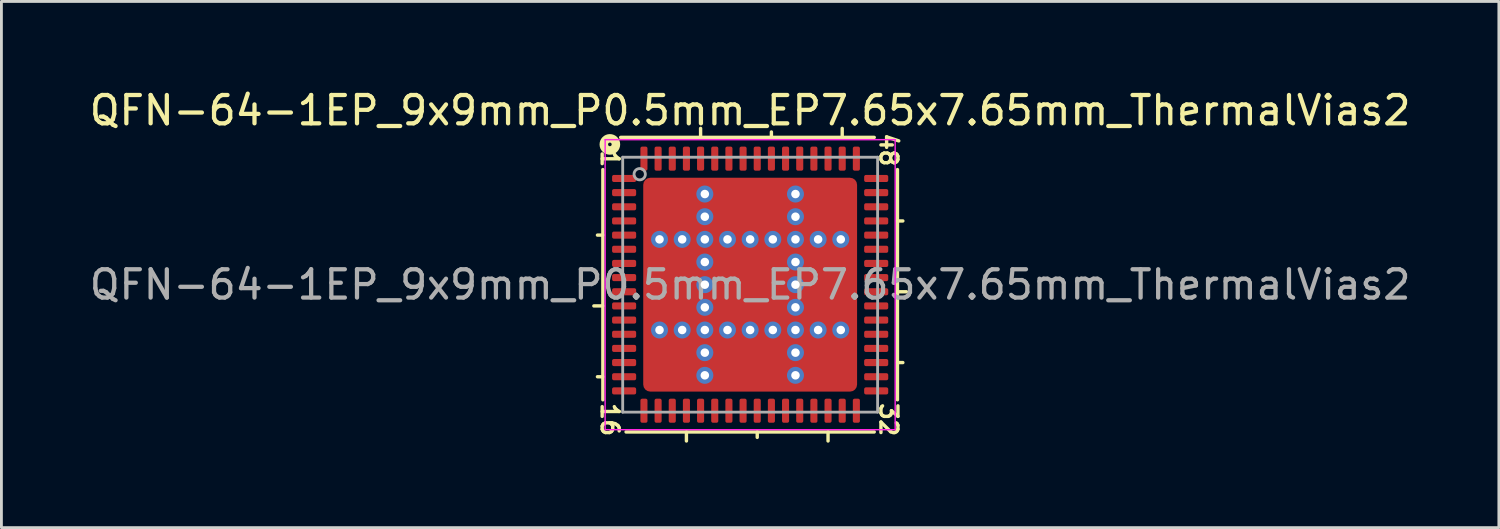
<source format=kicad_pcb>
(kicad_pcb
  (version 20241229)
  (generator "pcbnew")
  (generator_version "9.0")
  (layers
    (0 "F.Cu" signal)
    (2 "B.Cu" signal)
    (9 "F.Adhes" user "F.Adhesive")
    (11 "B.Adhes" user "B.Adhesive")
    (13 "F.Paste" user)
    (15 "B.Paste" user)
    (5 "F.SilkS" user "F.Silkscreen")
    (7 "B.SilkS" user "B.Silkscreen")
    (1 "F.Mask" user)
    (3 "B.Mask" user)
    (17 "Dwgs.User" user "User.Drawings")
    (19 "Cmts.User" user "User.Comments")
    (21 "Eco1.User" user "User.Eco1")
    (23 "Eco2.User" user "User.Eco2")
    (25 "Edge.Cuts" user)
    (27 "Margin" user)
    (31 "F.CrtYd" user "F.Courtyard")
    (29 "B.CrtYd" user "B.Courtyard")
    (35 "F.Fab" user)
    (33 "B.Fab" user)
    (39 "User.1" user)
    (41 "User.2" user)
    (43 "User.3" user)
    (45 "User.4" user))
  (footprint "QFN-64-1EP_9x9mm_P0.5mm_EP7.65x7.65mm_ThermalVias2"
    (layer "F.Cu")
    (at 23.435 7.001)
    (property "Reference" "QFN-64-1EP_9x9mm_P0.5mm_EP7.65x7.65mm_ThermalVias2" (at 0 -6.152 0) (layer "F.SilkS") (effects (font (size 1 1) (thickness 0.15))))
    (attr smd)
    (fp_line (start -5.2 -4.064) (end -5.2 4.064) (stroke (width 0.12) (type solid)) (layer "F.SilkS"))
    (fp_line (start -5.2 -1.75) (end -5.391 -1.75) (stroke (width 0.12) (type solid)) (layer "F.SilkS"))
    (fp_line (start -5.2 0.75) (end -5.518 0.75) (stroke (width 0.12) (type solid)) (layer "F.SilkS"))
    (fp_line (start -5.2 3.25) (end -5.391 3.25) (stroke (width 0.12) (type solid)) (layer "F.SilkS"))
    (fp_line (start -4.381 5.2) (end 4.381 5.2) (stroke (width 0.12) (type solid)) (layer "F.SilkS"))
    (fp_line (start -2.25 5.2) (end -2.25 5.518) (stroke (width 0.12) (type solid)) (layer "F.SilkS"))
    (fp_line (start -1.75 -5.2) (end -1.75 -5.518) (stroke (width 0.12) (type solid)) (layer "F.SilkS"))
    (fp_line (start 0.25 5.2) (end 0.25 5.391) (stroke (width 0.12) (type solid)) (layer "F.SilkS"))
    (fp_line (start 0.75 -5.2) (end 0.75 -5.391) (stroke (width 0.12) (type solid)) (layer "F.SilkS"))
    (fp_line (start 2.75 5.2) (end 2.75 5.518) (stroke (width 0.12) (type solid)) (layer "F.SilkS"))
    (fp_line (start 3.25 -5.2) (end 3.25 -5.518) (stroke (width 0.12) (type solid)) (layer "F.SilkS"))
    (fp_line (start 4.381 -5.2) (end -4.572 -5.2) (stroke (width 0.12) (type solid)) (layer "F.SilkS"))
    (fp_line (start 5.2 -2.25) (end 5.391 -2.25) (stroke (width 0.12) (type solid)) (layer "F.SilkS"))
    (fp_line (start 5.2 0.25) (end 5.518 0.25) (stroke (width 0.12) (type solid)) (layer "F.SilkS"))
    (fp_line (start 5.2 2.75) (end 5.391 2.75) (stroke (width 0.12) (type solid)) (layer "F.SilkS"))
    (fp_line (start 5.2 4.064) (end 5.2 -4.064) (stroke (width 0.12) (type solid)) (layer "F.SilkS"))
    (fp_circle (center -4.953 -4.953) (end -4.889 -4.953) (stroke (width 0.3) (type solid)) (fill no) (layer "F.SilkS"))
    (fp_line (start -5.12 -5.12) (end -5.12 5.12) (stroke (width 0.05) (type solid)) (layer "F.CrtYd"))
    (fp_line (start -5.12 5.12) (end 5.12 5.12) (stroke (width 0.05) (type solid)) (layer "F.CrtYd"))
    (fp_line (start 5.12 -5.12) (end -5.12 -5.12) (stroke (width 0.05) (type solid)) (layer "F.CrtYd"))
    (fp_line (start 5.12 5.12) (end 5.12 -5.12) (stroke (width 0.05) (type solid)) (layer "F.CrtYd"))
    (fp_line (start -4.5 -4.5) (end 4.5 -4.5) (stroke (width 0.1) (type solid)) (layer "F.Fab"))
    (fp_line (start -4.5 4.5) (end -4.5 -4.5) (stroke (width 0.1) (type solid)) (layer "F.Fab"))
    (fp_line (start 4.5 -4.5) (end 4.5 4.5) (stroke (width 0.1) (type solid)) (layer "F.Fab"))
    (fp_line (start 4.5 4.5) (end -4.5 4.5) (stroke (width 0.1) (type solid)) (layer "F.Fab"))
    (fp_circle (center -3.9 -3.9) (end -3.7 -3.9) (stroke (width 0.1) (type solid)) (fill no) (layer "F.Fab"))
    (fp_text user "16" (at -4.953 4.763 270) (unlocked yes) (layer "F.SilkS") (effects (font (size 0.6 0.6) (thickness 0.12))))
    (fp_text user "32" (at 4.889 4.763 270) (unlocked yes) (layer "F.SilkS") (effects (font (size 0.6 0.6) (thickness 0.12))))
    (fp_text user "1" (at -4.953 -4.445 270) (unlocked yes) (layer "F.SilkS") (effects (font (size 0.6 0.6) (thickness 0.12))))
    (fp_text user "48" (at 4.889 -4.763 270) (unlocked yes) (layer "F.SilkS") (effects (font (size 0.6 0.6) (thickness 0.12))))
    (fp_text user "${REFERENCE}" (at 0 0 0) (layer "F.Fab") (effects (font (size 1 1) (thickness 0.15))))
    (pad "" smd roundrect (at -3.263 -3.263) (size 0.675 0.675) (layers "F.Paste") (roundrect_rratio 0.25))
    (pad "" smd roundrect (at -3.263 -2.362) (size 0.675 0.675) (layers "F.Paste") (roundrect_rratio 0.25))
    (pad "" smd roundrect (at -3.263 -0.838) (size 0.675 0.625) (layers "F.Paste") (roundrect_rratio 0.25))
    (pad "" smd roundrect (at -3.263 0) (size 0.675 0.65) (layers "F.Paste") (roundrect_rratio 0.25))
    (pad "" smd roundrect (at -3.263 0.838) (size 0.675 0.625) (layers "F.Paste") (roundrect_rratio 0.25))
    (pad "" smd roundrect (at -3.263 2.362) (size 0.675 0.675) (layers "F.Paste") (roundrect_rratio 0.25))
    (pad "" smd roundrect (at -3.263 3.263) (size 0.675 0.675) (layers "F.Paste") (roundrect_rratio 0.25))
    (pad "" smd roundrect (at -2.812 -2.812 270) (size 1.825 1.825) (layers "F.Mask") (roundrect_rratio 0.137))
    (pad "" smd roundrect (at -2.812 0 270) (size 2.6 1.825) (layers "F.Mask") (roundrect_rratio 0.137))
    (pad "" smd roundrect (at -2.812 2.812 270) (size 1.825 1.825) (layers "F.Mask") (roundrect_rratio 0.137))
    (pad "" smd roundrect (at -2.362 -3.263) (size 0.675 0.675) (layers "F.Paste") (roundrect_rratio 0.25))
    (pad "" smd roundrect (at -2.362 -2.362) (size 0.675 0.675) (layers "F.Paste") (roundrect_rratio 0.25))
    (pad "" smd roundrect (at -2.362 -0.838) (size 0.675 0.625) (layers "F.Paste") (roundrect_rratio 0.25))
    (pad "" smd roundrect (at -2.362 0) (size 0.675 0.65) (layers "F.Paste") (roundrect_rratio 0.25))
    (pad "" smd roundrect (at -2.362 0.838) (size 0.675 0.625) (layers "F.Paste") (roundrect_rratio 0.25))
    (pad "" smd roundrect (at -2.362 2.362) (size 0.675 0.675) (layers "F.Paste") (roundrect_rratio 0.25))
    (pad "" smd roundrect (at -2.362 3.263) (size 0.675 0.675) (layers "F.Paste") (roundrect_rratio 0.25))
    (pad "" smd roundrect (at -0.838 -3.263 90) (size 0.675 0.625) (layers "F.Paste") (roundrect_rratio 0.25))
    (pad "" smd roundrect (at -0.838 -2.362 90) (size 0.675 0.625) (layers "F.Paste") (roundrect_rratio 0.25))
    (pad "" smd roundrect (at -0.838 -0.838 90) (size 0.625 0.625) (layers "F.Paste") (roundrect_rratio 0.25))
    (pad "" smd roundrect (at -0.838 0 90) (size 0.65 0.625) (layers "F.Paste") (roundrect_rratio 0.25))
    (pad "" smd roundrect (at -0.838 0.838 90) (size 0.625 0.625) (layers "F.Paste") (roundrect_rratio 0.25))
    (pad "" smd roundrect (at -0.838 2.362 90) (size 0.675 0.625) (layers "F.Paste") (roundrect_rratio 0.25))
    (pad "" smd roundrect (at -0.838 3.263 90) (size 0.675 0.625) (layers "F.Paste") (roundrect_rratio 0.25))
    (pad "" smd roundrect (at 0 -3.263 90) (size 0.675 0.65) (layers "F.Paste") (roundrect_rratio 0.25))
    (pad "" smd roundrect (at 0 -2.812) (size 2.6 1.825) (layers "F.Mask") (roundrect_rratio 0.137))
    (pad "" smd roundrect (at 0 -2.362 90) (size 0.675 0.65) (layers "F.Paste") (roundrect_rratio 0.25))
    (pad "" smd roundrect (at 0 -0.838 90) (size 0.625 0.65) (layers "F.Paste") (roundrect_rratio 0.25))
    (pad "" smd roundrect (at 0 0 90) (size 0.65 0.65) (layers "F.Paste") (roundrect_rratio 0.25))
    (pad "" smd roundrect (at 0 0 270) (size 2.6 2.6) (layers "F.Mask") (roundrect_rratio 0.096))
    (pad "" smd roundrect (at 0 0.838 90) (size 0.625 0.65) (layers "F.Paste") (roundrect_rratio 0.25))
    (pad "" smd roundrect (at 0 2.362 90) (size 0.675 0.65) (layers "F.Paste") (roundrect_rratio 0.25))
    (pad "" smd roundrect (at 0 2.812) (size 2.6 1.825) (layers "F.Mask") (roundrect_rratio 0.137))
    (pad "" smd roundrect (at 0 3.263 90) (size 0.675 0.65) (layers "F.Paste") (roundrect_rratio 0.25))
    (pad "" smd roundrect (at 0.838 -3.263 90) (size 0.675 0.625) (layers "F.Paste") (roundrect_rratio 0.25))
    (pad "" smd roundrect (at 0.838 -2.362 90) (size 0.675 0.625) (layers "F.Paste") (roundrect_rratio 0.25))
    (pad "" smd roundrect (at 0.838 -0.838 90) (size 0.625 0.625) (layers "F.Paste") (roundrect_rratio 0.25))
    (pad "" smd roundrect (at 0.838 0 90) (size 0.65 0.625) (layers "F.Paste") (roundrect_rratio 0.25))
    (pad "" smd roundrect (at 0.838 0.838 90) (size 0.625 0.625) (layers "F.Paste") (roundrect_rratio 0.25))
    (pad "" smd roundrect (at 0.838 2.362 90) (size 0.675 0.625) (layers "F.Paste") (roundrect_rratio 0.25))
    (pad "" smd roundrect (at 0.838 3.263 90) (size 0.675 0.625) (layers "F.Paste") (roundrect_rratio 0.25))
    (pad "" smd roundrect (at 2.362 -3.263 270) (size 0.675 0.675) (layers "F.Paste") (roundrect_rratio 0.25))
    (pad "" smd roundrect (at 2.362 -2.362 270) (size 0.675 0.675) (layers "F.Paste") (roundrect_rratio 0.25))
    (pad "" smd roundrect (at 2.362 -0.838) (size 0.675 0.625) (layers "F.Paste") (roundrect_rratio 0.25))
    (pad "" smd roundrect (at 2.362 0) (size 0.675 0.65) (layers "F.Paste") (roundrect_rratio 0.25))
    (pad "" smd roundrect (at 2.362 0.838) (size 0.675 0.625) (layers "F.Paste") (roundrect_rratio 0.25))
    (pad "" smd roundrect (at 2.362 2.362) (size 0.675 0.675) (layers "F.Paste") (roundrect_rratio 0.25))
    (pad "" smd roundrect (at 2.362 3.263) (size 0.675 0.675) (layers "F.Paste") (roundrect_rratio 0.25))
    (pad "" smd roundrect (at 2.812 -2.812 270) (size 1.825 1.825) (layers "F.Mask") (roundrect_rratio 0.137))
    (pad "" smd roundrect (at 2.812 0 270) (size 2.6 1.825) (layers "F.Mask") (roundrect_rratio 0.137))
    (pad "" smd roundrect (at 2.812 2.812 270) (size 1.825 1.825) (layers "F.Mask") (roundrect_rratio 0.137))
    (pad "" smd roundrect (at 3.263 -3.263 270) (size 0.675 0.675) (layers "F.Paste") (roundrect_rratio 0.25))
    (pad "" smd roundrect (at 3.263 -2.362 270) (size 0.675 0.675) (layers "F.Paste") (roundrect_rratio 0.25))
    (pad "" smd roundrect (at 3.263 -0.838) (size 0.675 0.625) (layers "F.Paste") (roundrect_rratio 0.25))
    (pad "" smd roundrect (at 3.263 0) (size 0.675 0.65) (layers "F.Paste") (roundrect_rratio 0.25))
    (pad "" smd roundrect (at 3.263 0.838) (size 0.675 0.625) (layers "F.Paste") (roundrect_rratio 0.25))
    (pad "" smd roundrect (at 3.263 2.362) (size 0.675 0.675) (layers "F.Paste") (roundrect_rratio 0.25))
    (pad "" smd roundrect (at 3.263 3.263) (size 0.675 0.675) (layers "F.Paste") (roundrect_rratio 0.25))
    (pad "1" smd roundrect (at -4.45 -3.75) (size 0.85 0.25) (layers "F.Cu" "F.Mask" "F.Paste") (roundrect_rratio 0.25))
    (pad "2" smd roundrect (at -4.45 -3.25) (size 0.85 0.25) (layers "F.Cu" "F.Mask" "F.Paste") (roundrect_rratio 0.25))
    (pad "3" smd roundrect (at -4.45 -2.75) (size 0.85 0.25) (layers "F.Cu" "F.Mask" "F.Paste") (roundrect_rratio 0.25))
    (pad "4" smd roundrect (at -4.45 -2.25) (size 0.85 0.25) (layers "F.Cu" "F.Mask" "F.Paste") (roundrect_rratio 0.25))
    (pad "5" smd roundrect (at -4.45 -1.75) (size 0.85 0.25) (layers "F.Cu" "F.Mask" "F.Paste") (roundrect_rratio 0.25))
    (pad "6" smd roundrect (at -4.45 -1.25) (size 0.85 0.25) (layers "F.Cu" "F.Mask" "F.Paste") (roundrect_rratio 0.25))
    (pad "7" smd roundrect (at -4.45 -0.75) (size 0.85 0.25) (layers "F.Cu" "F.Mask" "F.Paste") (roundrect_rratio 0.25))
    (pad "8" smd roundrect (at -4.45 -0.25) (size 0.85 0.25) (layers "F.Cu" "F.Mask" "F.Paste") (roundrect_rratio 0.25))
    (pad "9" smd roundrect (at -4.45 0.25) (size 0.85 0.25) (layers "F.Cu" "F.Mask" "F.Paste") (roundrect_rratio 0.25))
    (pad "10" smd roundrect (at -4.45 0.75) (size 0.85 0.25) (layers "F.Cu" "F.Mask" "F.Paste") (roundrect_rratio 0.25))
    (pad "11" smd roundrect (at -4.45 1.25) (size 0.85 0.25) (layers "F.Cu" "F.Mask" "F.Paste") (roundrect_rratio 0.25))
    (pad "12" smd roundrect (at -4.45 1.75) (size 0.85 0.25) (layers "F.Cu" "F.Mask" "F.Paste") (roundrect_rratio 0.25))
    (pad "13" smd roundrect (at -4.45 2.25) (size 0.85 0.25) (layers "F.Cu" "F.Mask" "F.Paste") (roundrect_rratio 0.25))
    (pad "14" smd roundrect (at -4.45 2.75) (size 0.85 0.25) (layers "F.Cu" "F.Mask" "F.Paste") (roundrect_rratio 0.25))
    (pad "15" smd roundrect (at -4.45 3.25) (size 0.85 0.25) (layers "F.Cu" "F.Mask" "F.Paste") (roundrect_rratio 0.25))
    (pad "16" smd roundrect (at -4.45 3.75) (size 0.85 0.25) (layers "F.Cu" "F.Mask" "F.Paste") (roundrect_rratio 0.25))
    (pad "17" smd roundrect (at -3.75 4.45) (size 0.25 0.85) (layers "F.Cu" "F.Mask" "F.Paste") (roundrect_rratio 0.25))
    (pad "18" smd roundrect (at -3.25 4.45) (size 0.25 0.85) (layers "F.Cu" "F.Mask" "F.Paste") (roundrect_rratio 0.25))
    (pad "19" smd roundrect (at -2.75 4.45) (size 0.25 0.85) (layers "F.Cu" "F.Mask" "F.Paste") (roundrect_rratio 0.25))
    (pad "20" smd roundrect (at -2.25 4.45) (size 0.25 0.85) (layers "F.Cu" "F.Mask" "F.Paste") (roundrect_rratio 0.25))
    (pad "21" smd roundrect (at -1.75 4.45) (size 0.25 0.85) (layers "F.Cu" "F.Mask" "F.Paste") (roundrect_rratio 0.25))
    (pad "22" smd roundrect (at -1.25 4.45) (size 0.25 0.85) (layers "F.Cu" "F.Mask" "F.Paste") (roundrect_rratio 0.25))
    (pad "23" smd roundrect (at -0.75 4.45) (size 0.25 0.85) (layers "F.Cu" "F.Mask" "F.Paste") (roundrect_rratio 0.25))
    (pad "24" smd roundrect (at -0.25 4.45) (size 0.25 0.85) (layers "F.Cu" "F.Mask" "F.Paste") (roundrect_rratio 0.25))
    (pad "25" smd roundrect (at 0.25 4.45) (size 0.25 0.85) (layers "F.Cu" "F.Mask" "F.Paste") (roundrect_rratio 0.25))
    (pad "26" smd roundrect (at 0.75 4.45) (size 0.25 0.85) (layers "F.Cu" "F.Mask" "F.Paste") (roundrect_rratio 0.25))
    (pad "27" smd roundrect (at 1.25 4.45) (size 0.25 0.85) (layers "F.Cu" "F.Mask" "F.Paste") (roundrect_rratio 0.25))
    (pad "28" smd roundrect (at 1.75 4.45) (size 0.25 0.85) (layers "F.Cu" "F.Mask" "F.Paste") (roundrect_rratio 0.25))
    (pad "29" smd roundrect (at 2.25 4.45) (size 0.25 0.85) (layers "F.Cu" "F.Mask" "F.Paste") (roundrect_rratio 0.25))
    (pad "30" smd roundrect (at 2.75 4.45) (size 0.25 0.85) (layers "F.Cu" "F.Mask" "F.Paste") (roundrect_rratio 0.25))
    (pad "31" smd roundrect (at 3.25 4.45) (size 0.25 0.85) (layers "F.Cu" "F.Mask" "F.Paste") (roundrect_rratio 0.25))
    (pad "32" smd roundrect (at 3.75 4.45) (size 0.25 0.85) (layers "F.Cu" "F.Mask" "F.Paste") (roundrect_rratio 0.25))
    (pad "33" smd roundrect (at 4.45 3.75) (size 0.85 0.25) (layers "F.Cu" "F.Mask" "F.Paste") (roundrect_rratio 0.25))
    (pad "34" smd roundrect (at 4.45 3.25) (size 0.85 0.25) (layers "F.Cu" "F.Mask" "F.Paste") (roundrect_rratio 0.25))
    (pad "35" smd roundrect (at 4.45 2.75) (size 0.85 0.25) (layers "F.Cu" "F.Mask" "F.Paste") (roundrect_rratio 0.25))
    (pad "36" smd roundrect (at 4.45 2.25) (size 0.85 0.25) (layers "F.Cu" "F.Mask" "F.Paste") (roundrect_rratio 0.25))
    (pad "37" smd roundrect (at 4.45 1.75) (size 0.85 0.25) (layers "F.Cu" "F.Mask" "F.Paste") (roundrect_rratio 0.25))
    (pad "38" smd roundrect (at 4.45 1.25) (size 0.85 0.25) (layers "F.Cu" "F.Mask" "F.Paste") (roundrect_rratio 0.25))
    (pad "39" smd roundrect (at 4.45 0.75) (size 0.85 0.25) (layers "F.Cu" "F.Mask" "F.Paste") (roundrect_rratio 0.25))
    (pad "40" smd roundrect (at 4.45 0.25) (size 0.85 0.25) (layers "F.Cu" "F.Mask" "F.Paste") (roundrect_rratio 0.25))
    (pad "41" smd roundrect (at 4.45 -0.25) (size 0.85 0.25) (layers "F.Cu" "F.Mask" "F.Paste") (roundrect_rratio 0.25))
    (pad "42" smd roundrect (at 4.45 -0.75) (size 0.85 0.25) (layers "F.Cu" "F.Mask" "F.Paste") (roundrect_rratio 0.25))
    (pad "43" smd roundrect (at 4.45 -1.25) (size 0.85 0.25) (layers "F.Cu" "F.Mask" "F.Paste") (roundrect_rratio 0.25))
    (pad "44" smd roundrect (at 4.45 -1.75) (size 0.85 0.25) (layers "F.Cu" "F.Mask" "F.Paste") (roundrect_rratio 0.25))
    (pad "45" smd roundrect (at 4.45 -2.25) (size 0.85 0.25) (layers "F.Cu" "F.Mask" "F.Paste") (roundrect_rratio 0.25))
    (pad "46" smd roundrect (at 4.45 -2.75) (size 0.85 0.25) (layers "F.Cu" "F.Mask" "F.Paste") (roundrect_rratio 0.25))
    (pad "47" smd roundrect (at 4.45 -3.25) (size 0.85 0.25) (layers "F.Cu" "F.Mask" "F.Paste") (roundrect_rratio 0.25))
    (pad "48" smd roundrect (at 4.45 -3.75) (size 0.85 0.25) (layers "F.Cu" "F.Mask" "F.Paste") (roundrect_rratio 0.25))
    (pad "49" smd roundrect (at 3.75 -4.45) (size 0.25 0.85) (layers "F.Cu" "F.Mask" "F.Paste") (roundrect_rratio 0.25))
    (pad "50" smd roundrect (at 3.25 -4.45) (size 0.25 0.85) (layers "F.Cu" "F.Mask" "F.Paste") (roundrect_rratio 0.25))
    (pad "51" smd roundrect (at 2.75 -4.45) (size 0.25 0.85) (layers "F.Cu" "F.Mask" "F.Paste") (roundrect_rratio 0.25))
    (pad "52" smd roundrect (at 2.25 -4.45) (size 0.25 0.85) (layers "F.Cu" "F.Mask" "F.Paste") (roundrect_rratio 0.25))
    (pad "53" smd roundrect (at 1.75 -4.45) (size 0.25 0.85) (layers "F.Cu" "F.Mask" "F.Paste") (roundrect_rratio 0.25))
    (pad "54" smd roundrect (at 1.25 -4.45) (size 0.25 0.85) (layers "F.Cu" "F.Mask" "F.Paste") (roundrect_rratio 0.25))
    (pad "55" smd roundrect (at 0.75 -4.45) (size 0.25 0.85) (layers "F.Cu" "F.Mask" "F.Paste") (roundrect_rratio 0.25))
    (pad "56" smd roundrect (at 0.25 -4.45) (size 0.25 0.85) (layers "F.Cu" "F.Mask" "F.Paste") (roundrect_rratio 0.25))
    (pad "57" smd roundrect (at -0.25 -4.45) (size 0.25 0.85) (layers "F.Cu" "F.Mask" "F.Paste") (roundrect_rratio 0.25))
    (pad "58" smd roundrect (at -0.75 -4.45) (size 0.25 0.85) (layers "F.Cu" "F.Mask" "F.Paste") (roundrect_rratio 0.25))
    (pad "59" smd roundrect (at -1.25 -4.45) (size 0.25 0.85) (layers "F.Cu" "F.Mask" "F.Paste") (roundrect_rratio 0.25))
    (pad "60" smd roundrect (at -1.75 -4.45) (size 0.25 0.85) (layers "F.Cu" "F.Mask" "F.Paste") (roundrect_rratio 0.25))
    (pad "61" smd roundrect (at -2.25 -4.45) (size 0.25 0.85) (layers "F.Cu" "F.Mask" "F.Paste") (roundrect_rratio 0.25))
    (pad "62" smd roundrect (at -2.75 -4.45) (size 0.25 0.85) (layers "F.Cu" "F.Mask" "F.Paste") (roundrect_rratio 0.25))
    (pad "63" smd roundrect (at -3.25 -4.45) (size 0.25 0.85) (layers "F.Cu" "F.Mask" "F.Paste") (roundrect_rratio 0.25))
    (pad "64" smd roundrect (at -3.75 -4.45) (size 0.25 0.85) (layers "F.Cu" "F.Mask" "F.Paste") (roundrect_rratio 0.25))
    (pad "65" thru_hole circle (at -3.2 -1.6 180) (size 0.6 0.6) (drill 0.3) (property pad_prop_heatsink) (layers "*.Cu" "*.Mask"))
    (pad "65" thru_hole circle (at -3.2 1.6 180) (size 0.6 0.6) (drill 0.3) (property pad_prop_heatsink) (layers "*.Cu" "*.Mask"))
    (pad "65" thru_hole circle (at -2.4 -1.6 180) (size 0.6 0.6) (drill 0.3) (property pad_prop_heatsink) (layers "*.Cu" "*.Mask"))
    (pad "65" thru_hole circle (at -2.4 1.6 180) (size 0.6 0.6) (drill 0.3) (property pad_prop_heatsink) (layers "*.Cu" "*.Mask"))
    (pad "65" thru_hole circle (at -1.6 -3.2 180) (size 0.6 0.6) (drill 0.3) (property pad_prop_heatsink) (layers "*.Cu" "*.Mask"))
    (pad "65" thru_hole circle (at -1.6 -2.4 180) (size 0.6 0.6) (drill 0.3) (property pad_prop_heatsink) (layers "*.Cu" "*.Mask"))
    (pad "65" thru_hole circle (at -1.6 -1.6 180) (size 0.6 0.6) (drill 0.3) (property pad_prop_heatsink) (layers "*.Cu" "*.Mask"))
    (pad "65" thru_hole circle (at -1.6 -0.8 180) (size 0.6 0.6) (drill 0.3) (property pad_prop_heatsink) (layers "*.Cu" "*.Mask"))
    (pad "65" thru_hole circle (at -1.6 0 180) (size 0.6 0.6) (drill 0.3) (property pad_prop_heatsink) (layers "*.Cu" "*.Mask"))
    (pad "65" thru_hole circle (at -1.6 0.8 180) (size 0.6 0.6) (drill 0.3) (property pad_prop_heatsink) (layers "*.Cu" "*.Mask"))
    (pad "65" thru_hole circle (at -1.6 1.6 180) (size 0.6 0.6) (drill 0.3) (property pad_prop_heatsink) (layers "*.Cu" "*.Mask"))
    (pad "65" thru_hole circle (at -1.6 2.4 180) (size 0.6 0.6) (drill 0.3) (property pad_prop_heatsink) (layers "*.Cu" "*.Mask"))
    (pad "65" thru_hole circle (at -1.6 3.2 180) (size 0.6 0.6) (drill 0.3) (property pad_prop_heatsink) (layers "*.Cu" "*.Mask"))
    (pad "65" thru_hole circle (at -0.8 -1.6 180) (size 0.6 0.6) (drill 0.3) (property pad_prop_heatsink) (layers "*.Cu" "*.Mask"))
    (pad "65" thru_hole circle (at -0.8 1.6 180) (size 0.6 0.6) (drill 0.3) (property pad_prop_heatsink) (layers "*.Cu" "*.Mask"))
    (pad "65" thru_hole circle (at 0 -1.6 180) (size 0.6 0.6) (drill 0.3) (property pad_prop_heatsink) (layers "*.Cu" "*.Mask"))
    (pad "65" smd roundrect (at 0 0) (size 7.55 7.55) (layers "F.Cu") (roundrect_rratio 0.033))
    (pad "65" thru_hole circle (at 0 1.6 180) (size 0.6 0.6) (drill 0.3) (property pad_prop_heatsink) (layers "*.Cu" "*.Mask"))
    (pad "65" thru_hole circle (at 0.8 -1.6 180) (size 0.6 0.6) (drill 0.3) (property pad_prop_heatsink) (layers "*.Cu" "*.Mask"))
    (pad "65" thru_hole circle (at 0.8 1.6 180) (size 0.6 0.6) (drill 0.3) (property pad_prop_heatsink) (layers "*.Cu" "*.Mask"))
    (pad "65" thru_hole circle (at 1.6 -3.2 180) (size 0.6 0.6) (drill 0.3) (property pad_prop_heatsink) (layers "*.Cu" "*.Mask"))
    (pad "65" thru_hole circle (at 1.6 -2.4 180) (size 0.6 0.6) (drill 0.3) (property pad_prop_heatsink) (layers "*.Cu" "*.Mask"))
    (pad "65" thru_hole circle (at 1.6 -1.6 180) (size 0.6 0.6) (drill 0.3) (property pad_prop_heatsink) (layers "*.Cu" "*.Mask"))
    (pad "65" thru_hole circle (at 1.6 -0.8 180) (size 0.6 0.6) (drill 0.3) (property pad_prop_heatsink) (layers "*.Cu" "*.Mask"))
    (pad "65" thru_hole circle (at 1.6 0 180) (size 0.6 0.6) (drill 0.3) (property pad_prop_heatsink) (layers "*.Cu" "*.Mask"))
    (pad "65" thru_hole circle (at 1.6 0.8 180) (size 0.6 0.6) (drill 0.3) (property pad_prop_heatsink) (layers "*.Cu" "*.Mask"))
    (pad "65" thru_hole circle (at 1.6 1.6 180) (size 0.6 0.6) (drill 0.3) (property pad_prop_heatsink) (layers "*.Cu" "*.Mask"))
    (pad "65" thru_hole circle (at 1.6 2.4 180) (size 0.6 0.6) (drill 0.3) (property pad_prop_heatsink) (layers "*.Cu" "*.Mask"))
    (pad "65" thru_hole circle (at 1.6 3.2 180) (size 0.6 0.6) (drill 0.3) (property pad_prop_heatsink) (layers "*.Cu" "*.Mask"))
    (pad "65" thru_hole circle (at 2.4 -1.6 180) (size 0.6 0.6) (drill 0.3) (property pad_prop_heatsink) (layers "*.Cu" "*.Mask"))
    (pad "65" thru_hole circle (at 2.4 1.6 180) (size 0.6 0.6) (drill 0.3) (property pad_prop_heatsink) (layers "*.Cu" "*.Mask"))
    (pad "65" thru_hole circle (at 3.2 -1.6 180) (size 0.6 0.6) (drill 0.3) (property pad_prop_heatsink) (layers "*.Cu" "*.Mask"))
    (pad "65" thru_hole circle (at 3.2 1.6 180) (size 0.6 0.6) (drill 0.3) (property pad_prop_heatsink) (layers "*.Cu" "*.Mask")))
  (gr_rect
    (start -3 -3)
    (end 49.869 15.578)
    (stroke (width 0.1) (type default))
    (fill no)
    (layer "Edge.Cuts")))
</source>
